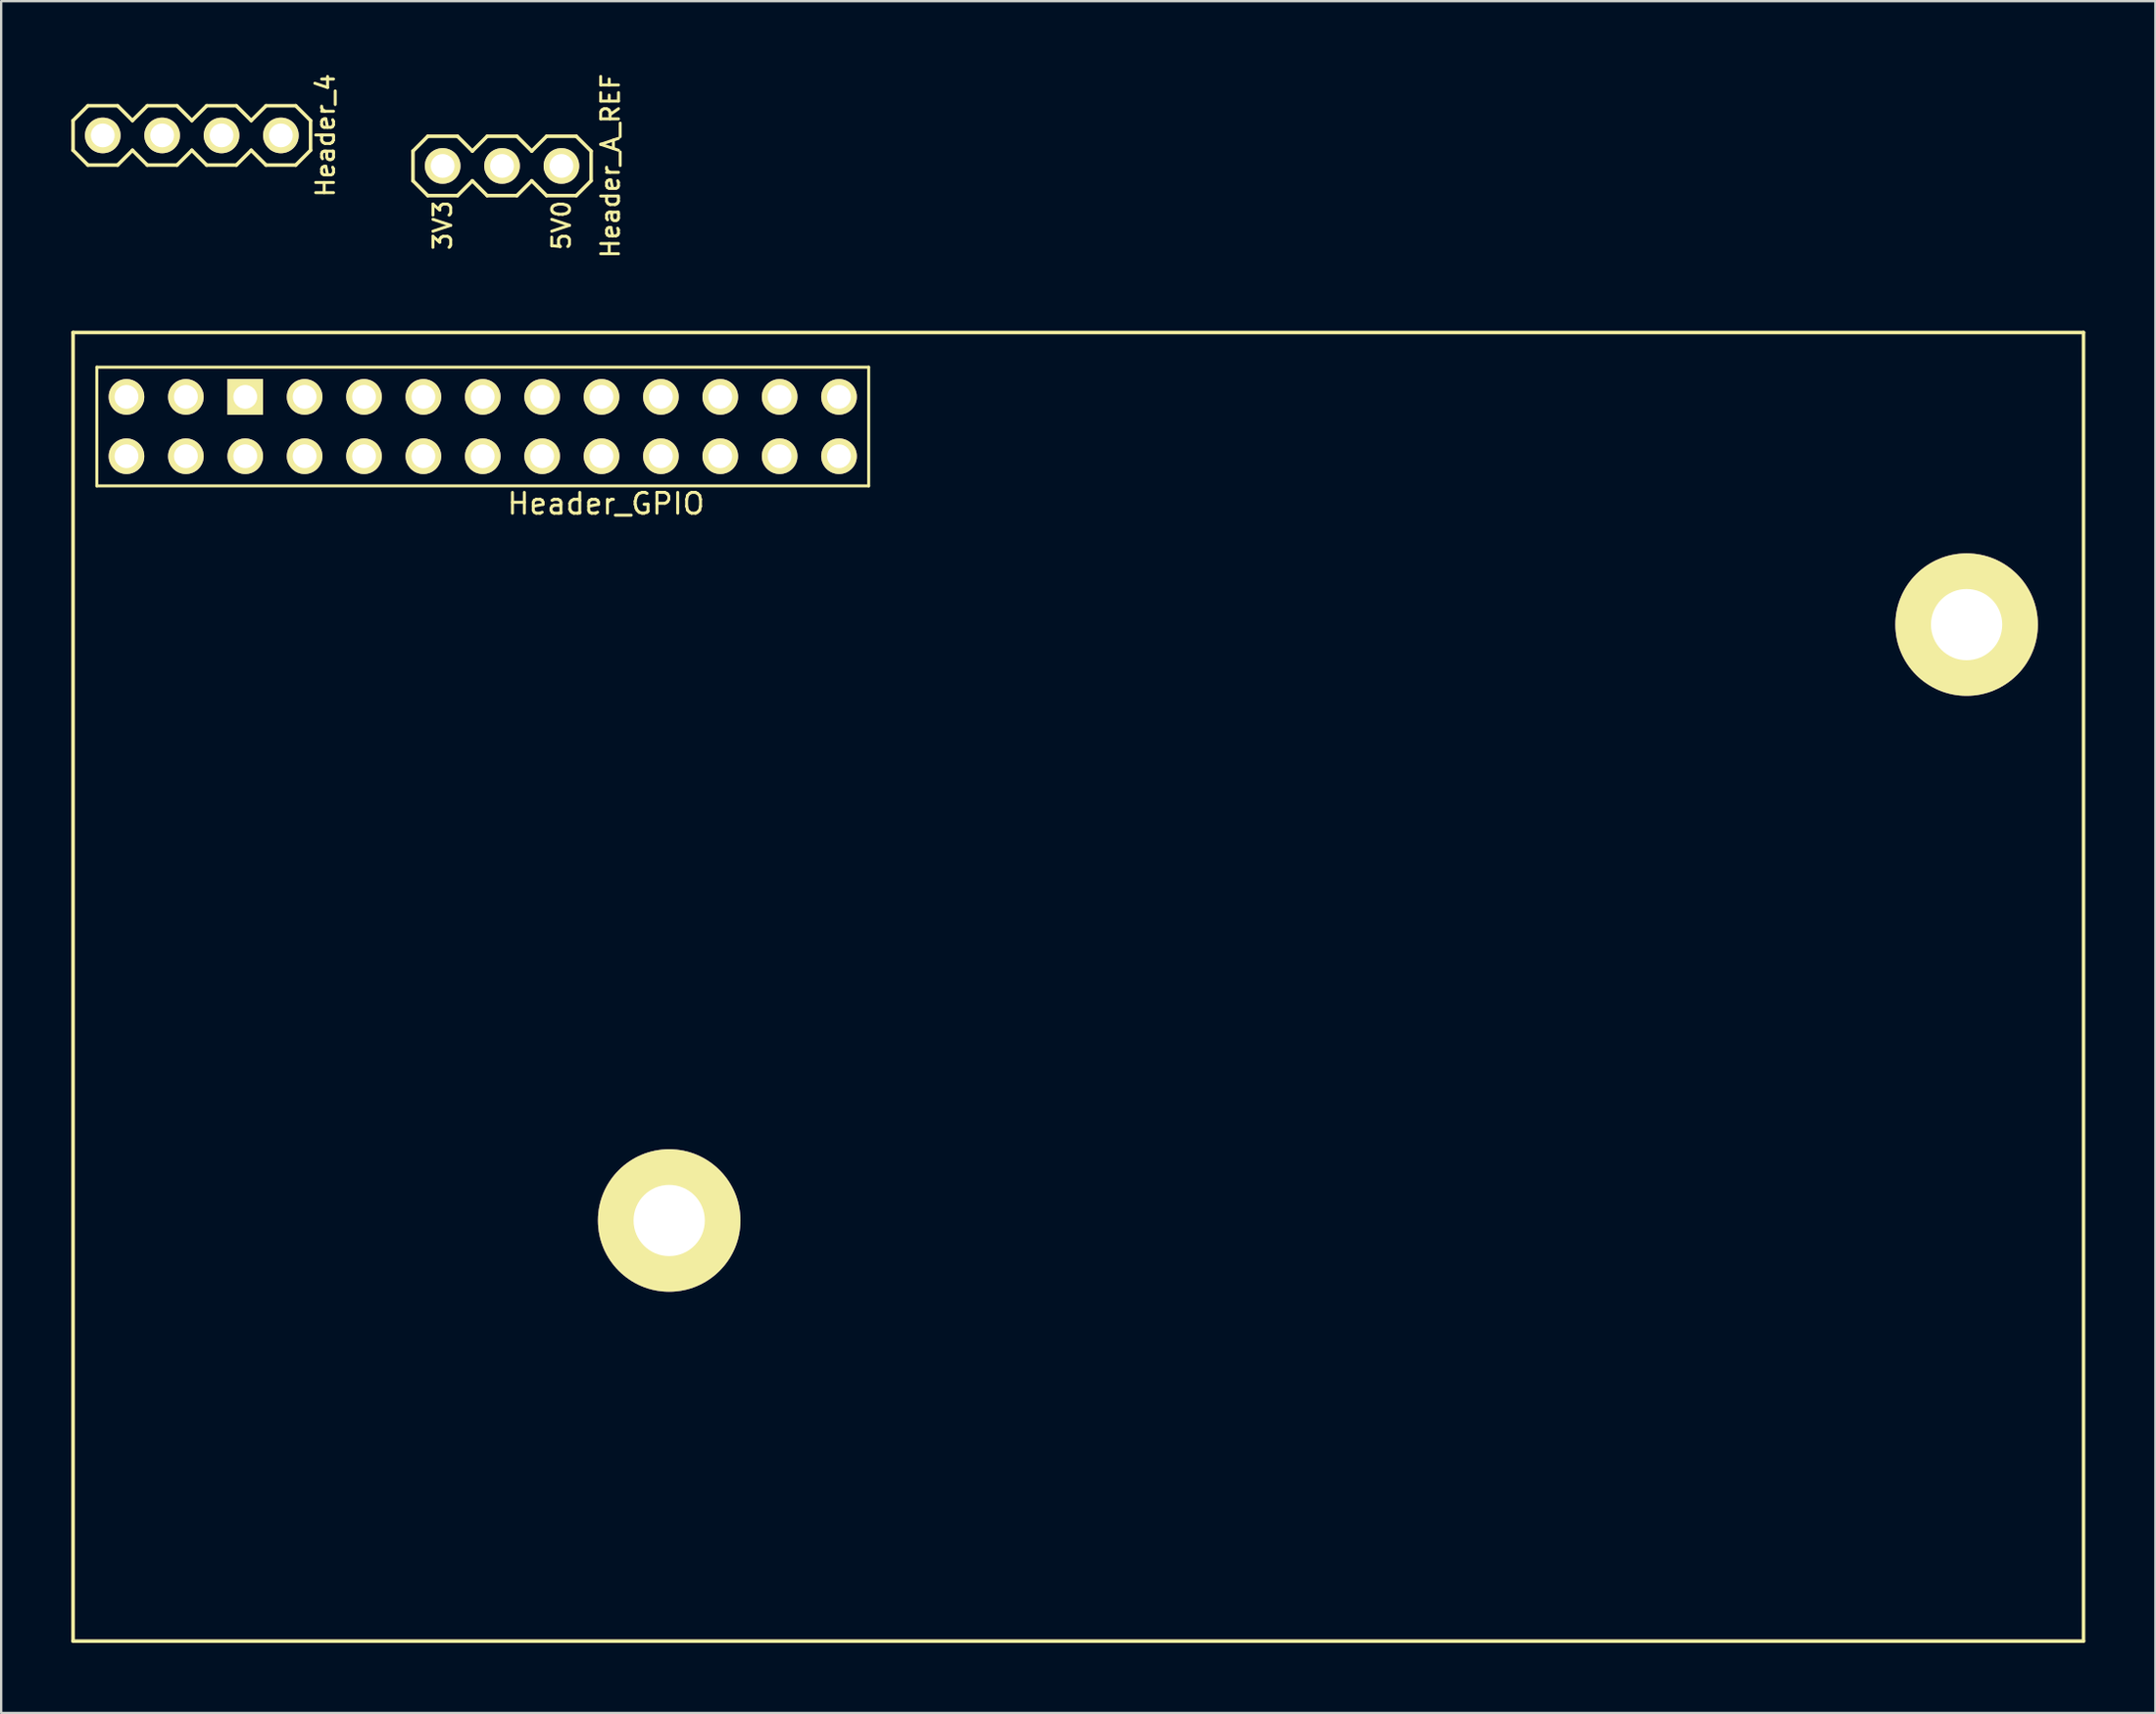
<source format=kicad_pcb>
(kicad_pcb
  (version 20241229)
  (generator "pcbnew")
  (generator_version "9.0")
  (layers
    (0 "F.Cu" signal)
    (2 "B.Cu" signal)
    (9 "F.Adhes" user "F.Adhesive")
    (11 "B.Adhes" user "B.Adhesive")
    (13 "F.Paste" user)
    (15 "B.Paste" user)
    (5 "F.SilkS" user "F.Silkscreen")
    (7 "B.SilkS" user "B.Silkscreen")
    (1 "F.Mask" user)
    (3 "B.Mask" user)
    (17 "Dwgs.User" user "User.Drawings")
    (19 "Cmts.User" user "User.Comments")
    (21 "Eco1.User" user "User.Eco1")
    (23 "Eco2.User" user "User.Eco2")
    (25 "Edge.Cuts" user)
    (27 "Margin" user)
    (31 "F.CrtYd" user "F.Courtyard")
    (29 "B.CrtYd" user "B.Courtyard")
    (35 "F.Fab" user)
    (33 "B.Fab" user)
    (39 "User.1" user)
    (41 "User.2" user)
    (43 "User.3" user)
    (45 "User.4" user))
  (footprint "Header_4"
    (layer "F.Cu")
    (at 5.156 2.745)
    (property "Reference" "Header_4" (at 5.715 0 90) (layer "F.SilkS") (effects (font (size 0.762 0.762) (thickness 0.127))))
    (attr smd)
    (fp_line (start -5.08 -0.635) (end -5.08 0.635) (stroke (width 0.152) (type solid)) (layer "F.SilkS"))
    (fp_line (start -5.08 -0.635) (end -4.445 -1.27) (stroke (width 0.152) (type solid)) (layer "F.SilkS"))
    (fp_line (start -4.445 -1.27) (end -3.175 -1.27) (stroke (width 0.152) (type solid)) (layer "F.SilkS"))
    (fp_line (start -4.445 1.27) (end -5.08 0.635) (stroke (width 0.152) (type solid)) (layer "F.SilkS"))
    (fp_line (start -3.175 -1.27) (end -2.54 -0.635) (stroke (width 0.152) (type solid)) (layer "F.SilkS"))
    (fp_line (start -3.175 1.27) (end -4.445 1.27) (stroke (width 0.152) (type solid)) (layer "F.SilkS"))
    (fp_line (start -2.54 -0.635) (end -1.905 -1.27) (stroke (width 0.152) (type solid)) (layer "F.SilkS"))
    (fp_line (start -2.54 0.635) (end -3.175 1.27) (stroke (width 0.152) (type solid)) (layer "F.SilkS"))
    (fp_line (start -1.905 -1.27) (end -0.635 -1.27) (stroke (width 0.152) (type solid)) (layer "F.SilkS"))
    (fp_line (start -1.905 1.27) (end -2.54 0.635) (stroke (width 0.152) (type solid)) (layer "F.SilkS"))
    (fp_line (start -0.635 -1.27) (end 0 -0.635) (stroke (width 0.152) (type solid)) (layer "F.SilkS"))
    (fp_line (start -0.635 1.27) (end -1.905 1.27) (stroke (width 0.152) (type solid)) (layer "F.SilkS"))
    (fp_line (start 0 -0.635) (end 0.635 -1.27) (stroke (width 0.152) (type solid)) (layer "F.SilkS"))
    (fp_line (start 0 0.635) (end -0.635 1.27) (stroke (width 0.152) (type solid)) (layer "F.SilkS"))
    (fp_line (start 0.635 -1.27) (end 1.905 -1.27) (stroke (width 0.152) (type solid)) (layer "F.SilkS"))
    (fp_line (start 0.635 1.27) (end 0 0.635) (stroke (width 0.152) (type solid)) (layer "F.SilkS"))
    (fp_line (start 1.905 -1.27) (end 2.54 -0.635) (stroke (width 0.152) (type solid)) (layer "F.SilkS"))
    (fp_line (start 1.905 1.27) (end 0.635 1.27) (stroke (width 0.152) (type solid)) (layer "F.SilkS"))
    (fp_line (start 2.54 -0.635) (end 3.175 -1.27) (stroke (width 0.152) (type solid)) (layer "F.SilkS"))
    (fp_line (start 2.54 0.635) (end 1.905 1.27) (stroke (width 0.152) (type solid)) (layer "F.SilkS"))
    (fp_line (start 3.175 -1.27) (end 4.445 -1.27) (stroke (width 0.152) (type solid)) (layer "F.SilkS"))
    (fp_line (start 3.175 1.27) (end 2.54 0.635) (stroke (width 0.152) (type solid)) (layer "F.SilkS"))
    (fp_line (start 4.445 -1.27) (end 5.08 -0.635) (stroke (width 0.152) (type solid)) (layer "F.SilkS"))
    (fp_line (start 4.445 1.27) (end 3.175 1.27) (stroke (width 0.152) (type solid)) (layer "F.SilkS"))
    (fp_line (start 5.08 -0.635) (end 5.08 0.635) (stroke (width 0.152) (type solid)) (layer "F.SilkS"))
    (fp_line (start 5.08 0.635) (end 4.445 1.27) (stroke (width 0.152) (type solid)) (layer "F.SilkS"))
    (pad "1" thru_hole circle (at -3.81 0) (size 1.524 1.524) (drill 1.016) (layers "*.Cu" "*.Mask" "F.SilkS"))
    (pad "2" thru_hole circle (at -1.27 0) (size 1.524 1.524) (drill 1.016) (layers "*.Cu" "*.Mask" "F.SilkS"))
    (pad "3" thru_hole circle (at 1.27 0) (size 1.524 1.524) (drill 1.016) (layers "*.Cu" "*.Mask" "F.SilkS"))
    (pad "4" thru_hole circle (at 3.81 0) (size 1.524 1.524) (drill 1.016) (layers "*.Cu" "*.Mask" "F.SilkS")))
  (footprint "Header_GPIO"
    (layer "F.Cu")
    (at 17.601 15.204)
    (property "Reference" "Header_GPIO" (at 5.271 3.302 0) (layer "F.SilkS") (effects (font (size 0.889 0.889) (thickness 0.127))))
    (attr smd)
    (fp_line (start -17.525 -4.025) (end -17.525 51.975) (stroke (width 0.152) (type solid)) (layer "F.SilkS"))
    (fp_line (start -17.525 51.975) (end 68.475 51.975) (stroke (width 0.152) (type solid)) (layer "F.SilkS"))
    (fp_line (start -16.51 -2.54) (end -16.51 2.54) (stroke (width 0.127) (type solid)) (layer "F.SilkS"))
    (fp_line (start -16.51 2.54) (end 16.51 2.54) (stroke (width 0.127) (type solid)) (layer "F.SilkS"))
    (fp_line (start 16.51 -2.54) (end -16.51 -2.54) (stroke (width 0.127) (type solid)) (layer "F.SilkS"))
    (fp_line (start 16.51 2.54) (end 16.51 -2.54) (stroke (width 0.127) (type solid)) (layer "F.SilkS"))
    (fp_line (start 68.475 -4.025) (end -17.525 -4.025) (stroke (width 0.152) (type solid)) (layer "F.SilkS"))
    (fp_line (start 68.475 51.975) (end 68.475 -4.025) (stroke (width 0.152) (type solid)) (layer "F.SilkS"))
    (pad "" thru_hole circle (at 7.975 33.975) (size 6.096 6.096) (drill 3.048) (layers "*.Cu" "*.Mask" "F.SilkS"))
    (pad "" thru_hole circle (at 63.475 8.475) (size 6.096 6.096) (drill 3.048) (layers "*.Cu" "*.Mask" "F.SilkS"))
    (pad "1" thru_hole circle (at -15.24 1.27) (size 1.524 1.524) (drill 1.016) (layers "*.Cu" "*.Mask" "F.SilkS"))
    (pad "2" thru_hole circle (at -15.24 -1.27) (size 1.524 1.524) (drill 1.016) (layers "*.Cu" "*.Mask" "F.SilkS"))
    (pad "3" thru_hole circle (at -12.7 1.27) (size 1.524 1.524) (drill 1.016) (layers "*.Cu" "*.Mask" "F.SilkS"))
    (pad "4" thru_hole circle (at -12.7 -1.27) (size 1.524 1.524) (drill 1.016) (layers "*.Cu" "*.Mask" "F.SilkS"))
    (pad "5" thru_hole circle (at -10.16 1.27) (size 1.524 1.524) (drill 1.016) (layers "*.Cu" "*.Mask" "F.SilkS"))
    (pad "6" thru_hole rect (at -10.16 -1.27) (size 1.524 1.524) (drill 1.016) (layers "*.Cu" "*.Mask" "F.SilkS"))
    (pad "7" thru_hole circle (at -7.62 1.27) (size 1.524 1.524) (drill 1.016) (layers "*.Cu" "*.Mask" "F.SilkS"))
    (pad "8" thru_hole circle (at -7.62 -1.27) (size 1.524 1.524) (drill 1.016) (layers "*.Cu" "*.Mask" "F.SilkS"))
    (pad "9" thru_hole circle (at -5.08 1.27) (size 1.524 1.524) (drill 1.016) (layers "*.Cu" "*.Mask" "F.SilkS"))
    (pad "10" thru_hole circle (at -5.08 -1.27) (size 1.524 1.524) (drill 1.016) (layers "*.Cu" "*.Mask" "F.SilkS"))
    (pad "11" thru_hole circle (at -2.54 1.27) (size 1.524 1.524) (drill 1.016) (layers "*.Cu" "*.Mask" "F.SilkS"))
    (pad "12" thru_hole circle (at -2.54 -1.27) (size 1.524 1.524) (drill 1.016) (layers "*.Cu" "*.Mask" "F.SilkS"))
    (pad "13" thru_hole circle (at 0 1.27) (size 1.524 1.524) (drill 1.016) (layers "*.Cu" "*.Mask" "F.SilkS"))
    (pad "14" thru_hole circle (at 0 -1.27) (size 1.524 1.524) (drill 1.016) (layers "*.Cu" "*.Mask" "F.SilkS"))
    (pad "15" thru_hole circle (at 2.54 1.27) (size 1.524 1.524) (drill 1.016) (layers "*.Cu" "*.Mask" "F.SilkS"))
    (pad "16" thru_hole circle (at 2.54 -1.27) (size 1.524 1.524) (drill 1.016) (layers "*.Cu" "*.Mask" "F.SilkS"))
    (pad "17" thru_hole circle (at 5.08 1.27) (size 1.524 1.524) (drill 1.016) (layers "*.Cu" "*.Mask" "F.SilkS"))
    (pad "18" thru_hole circle (at 5.08 -1.27) (size 1.524 1.524) (drill 1.016) (layers "*.Cu" "*.Mask" "F.SilkS"))
    (pad "19" thru_hole circle (at 7.62 1.27) (size 1.524 1.524) (drill 1.016) (layers "*.Cu" "*.Mask" "F.SilkS"))
    (pad "20" thru_hole circle (at 7.62 -1.27) (size 1.524 1.524) (drill 1.016) (layers "*.Cu" "*.Mask" "F.SilkS"))
    (pad "21" thru_hole circle (at 10.16 1.27) (size 1.524 1.524) (drill 1.016) (layers "*.Cu" "*.Mask" "F.SilkS"))
    (pad "22" thru_hole circle (at 10.16 -1.27) (size 1.524 1.524) (drill 1.016) (layers "*.Cu" "*.Mask" "F.SilkS"))
    (pad "23" thru_hole circle (at 12.7 1.27) (size 1.524 1.524) (drill 1.016) (layers "*.Cu" "*.Mask" "F.SilkS"))
    (pad "24" thru_hole circle (at 12.7 -1.27) (size 1.524 1.524) (drill 1.016) (layers "*.Cu" "*.Mask" "F.SilkS"))
    (pad "25" thru_hole circle (at 15.24 1.27) (size 1.524 1.524) (drill 1.016) (layers "*.Cu" "*.Mask" "F.SilkS"))
    (pad "26" thru_hole circle (at 15.24 -1.27) (size 1.524 1.524) (drill 1.016) (layers "*.Cu" "*.Mask" "F.SilkS")))
  (footprint "Header_A_REF"
    (layer "F.Cu")
    (at 18.426 4.051)
    (property "Reference" "Header_A_REF" (at 4.636 0 90) (layer "F.SilkS") (effects (font (size 0.762 0.762) (thickness 0.127))))
    (attr smd)
    (fp_line (start -3.81 -0.635) (end -3.81 0.635) (stroke (width 0.152) (type solid)) (layer "F.SilkS"))
    (fp_line (start -3.81 -0.635) (end -3.175 -1.27) (stroke (width 0.152) (type solid)) (layer "F.SilkS"))
    (fp_line (start -3.175 -1.27) (end -1.905 -1.27) (stroke (width 0.152) (type solid)) (layer "F.SilkS"))
    (fp_line (start -3.175 1.27) (end -3.81 0.635) (stroke (width 0.152) (type solid)) (layer "F.SilkS"))
    (fp_line (start -1.905 -1.27) (end -1.27 -0.635) (stroke (width 0.152) (type solid)) (layer "F.SilkS"))
    (fp_line (start -1.905 1.27) (end -3.175 1.27) (stroke (width 0.152) (type solid)) (layer "F.SilkS"))
    (fp_line (start -1.27 -0.635) (end -0.635 -1.27) (stroke (width 0.152) (type solid)) (layer "F.SilkS"))
    (fp_line (start -1.27 0.635) (end -1.905 1.27) (stroke (width 0.152) (type solid)) (layer "F.SilkS"))
    (fp_line (start -0.635 -1.27) (end 0.635 -1.27) (stroke (width 0.152) (type solid)) (layer "F.SilkS"))
    (fp_line (start -0.635 1.27) (end -1.27 0.635) (stroke (width 0.152) (type solid)) (layer "F.SilkS"))
    (fp_line (start 0.635 -1.27) (end 1.27 -0.635) (stroke (width 0.152) (type solid)) (layer "F.SilkS"))
    (fp_line (start 0.635 1.27) (end -0.635 1.27) (stroke (width 0.152) (type solid)) (layer "F.SilkS"))
    (fp_line (start 1.27 -0.635) (end 1.905 -1.27) (stroke (width 0.152) (type solid)) (layer "F.SilkS"))
    (fp_line (start 1.27 0.635) (end 0.635 1.27) (stroke (width 0.152) (type solid)) (layer "F.SilkS"))
    (fp_line (start 1.905 -1.27) (end 3.175 -1.27) (stroke (width 0.152) (type solid)) (layer "F.SilkS"))
    (fp_line (start 1.905 1.27) (end 1.27 0.635) (stroke (width 0.152) (type solid)) (layer "F.SilkS"))
    (fp_line (start 3.175 -1.27) (end 3.81 -0.635) (stroke (width 0.152) (type solid)) (layer "F.SilkS"))
    (fp_line (start 3.175 1.27) (end 1.905 1.27) (stroke (width 0.152) (type solid)) (layer "F.SilkS"))
    (fp_line (start 3.81 -0.635) (end 3.81 0.635) (stroke (width 0.152) (type solid)) (layer "F.SilkS"))
    (fp_line (start 3.81 0.635) (end 3.175 1.27) (stroke (width 0.152) (type solid)) (layer "F.SilkS"))
    (fp_text user "3V3" (at -2.54 2.54 90) (layer "F.SilkS") (effects (font (size 0.762 0.762) (thickness 0.127))))
    (fp_text user "5V0" (at 2.54 2.54 90) (layer "F.SilkS") (effects (font (size 0.762 0.762) (thickness 0.127))))
    (pad "1" thru_hole circle (at -2.54 0) (size 1.524 1.524) (drill 1.016) (layers "*.Cu" "*.Mask" "F.SilkS"))
    (pad "2" thru_hole circle (at 0 0) (size 1.524 1.524) (drill 1.016) (layers "*.Cu" "*.Mask" "F.SilkS"))
    (pad "3" thru_hole circle (at 2.54 0) (size 1.524 1.524) (drill 1.016) (layers "*.Cu" "*.Mask" "F.SilkS")))
  (gr_rect
    (start -3 -3)
    (end 89.152 70.255)
    (stroke (width 0.1) (type default))
    (fill no)
    (layer "Edge.Cuts")))
</source>
